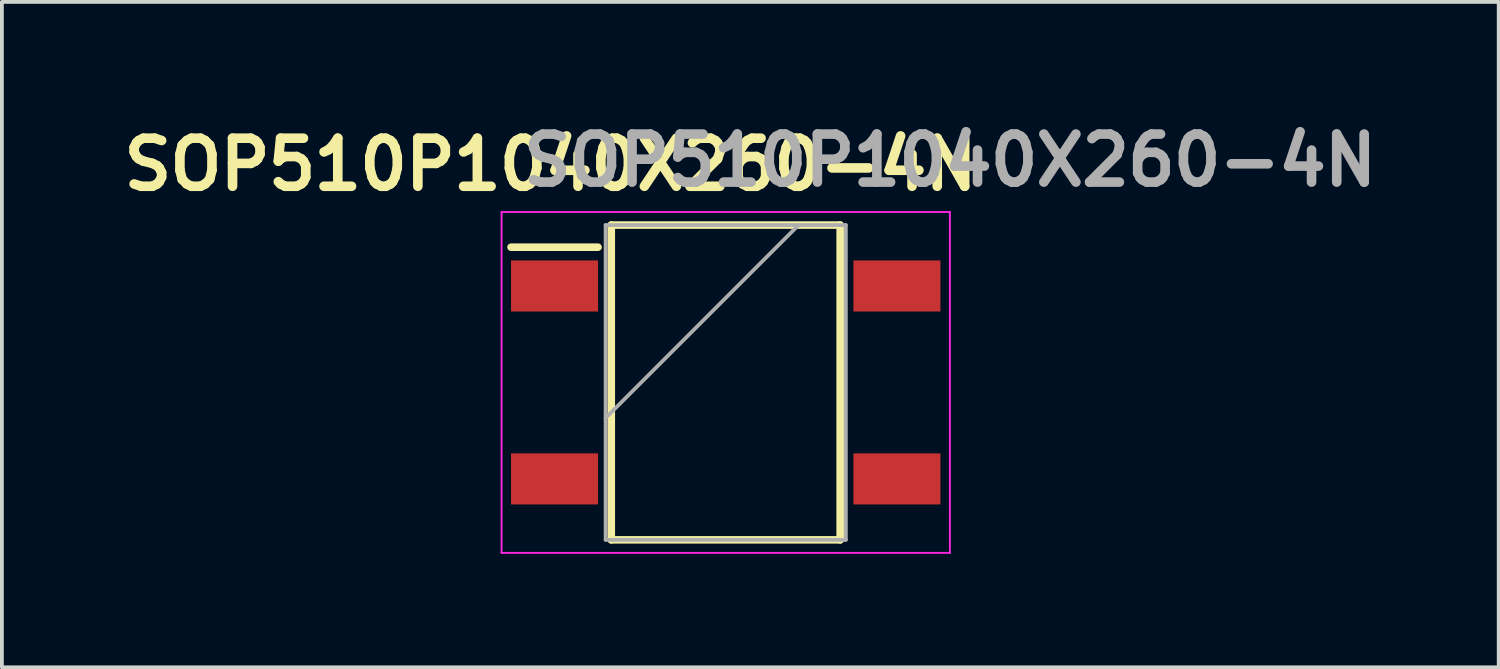
<source format=kicad_pcb>
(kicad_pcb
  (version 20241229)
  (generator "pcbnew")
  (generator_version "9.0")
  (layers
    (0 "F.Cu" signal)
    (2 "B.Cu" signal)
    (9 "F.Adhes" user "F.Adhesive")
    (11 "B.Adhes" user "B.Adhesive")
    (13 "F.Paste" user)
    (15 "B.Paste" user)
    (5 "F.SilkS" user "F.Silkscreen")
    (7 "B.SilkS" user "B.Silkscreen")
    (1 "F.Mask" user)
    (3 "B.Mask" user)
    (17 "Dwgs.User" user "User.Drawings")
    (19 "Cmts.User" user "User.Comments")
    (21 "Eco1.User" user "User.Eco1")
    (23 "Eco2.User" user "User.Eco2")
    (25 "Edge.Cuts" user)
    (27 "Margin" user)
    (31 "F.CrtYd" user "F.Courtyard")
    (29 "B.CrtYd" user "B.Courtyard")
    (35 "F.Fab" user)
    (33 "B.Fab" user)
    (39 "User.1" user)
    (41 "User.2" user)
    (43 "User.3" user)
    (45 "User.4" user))
  (footprint "SOP510P1040X260-4N"
    (layer "F.Cu")
    (at 16.133 7.059)
    (property "Reference" "SOP510P1040X260-4N" (at -4.63 -5.76 0) (layer "F.SilkS") (effects (font (size 1.27 1.27) (thickness 0.254))))
    (attr smd)
    (fp_line (start -5.675 -3.575) (end -3.375 -3.575) (stroke (width 0.2) (type solid)) (layer "F.SilkS"))
    (fp_line (start -3.025 -4.16) (end 3.025 -4.16) (stroke (width 0.2) (type solid)) (layer "F.SilkS"))
    (fp_line (start -3.025 4.16) (end -3.025 -4.16) (stroke (width 0.2) (type solid)) (layer "F.SilkS"))
    (fp_line (start 3.025 -4.16) (end 3.025 4.16) (stroke (width 0.2) (type solid)) (layer "F.SilkS"))
    (fp_line (start 3.025 4.16) (end -3.025 4.16) (stroke (width 0.2) (type solid)) (layer "F.SilkS"))
    (fp_line (start -5.925 -4.505) (end 5.925 -4.505) (stroke (width 0.05) (type solid)) (layer "F.CrtYd"))
    (fp_line (start -5.925 4.505) (end -5.925 -4.505) (stroke (width 0.05) (type solid)) (layer "F.CrtYd"))
    (fp_line (start 5.925 -4.505) (end 5.925 4.505) (stroke (width 0.05) (type solid)) (layer "F.CrtYd"))
    (fp_line (start 5.925 4.505) (end -5.925 4.505) (stroke (width 0.05) (type solid)) (layer "F.CrtYd"))
    (fp_line (start -3.175 -4.16) (end 3.175 -4.16) (stroke (width 0.1) (type solid)) (layer "F.Fab"))
    (fp_line (start -3.175 0.94) (end 1.925 -4.16) (stroke (width 0.1) (type solid)) (layer "F.Fab"))
    (fp_line (start -3.175 4.16) (end -3.175 -4.16) (stroke (width 0.1) (type solid)) (layer "F.Fab"))
    (fp_line (start 3.175 -4.16) (end 3.175 4.16) (stroke (width 0.1) (type solid)) (layer "F.Fab"))
    (fp_line (start 3.175 4.16) (end -3.175 4.16) (stroke (width 0.1) (type solid)) (layer "F.Fab"))
    (fp_text user "${REFERENCE}" (at 5.93 -5.87 0) (layer "F.Fab") (effects (font (size 1.27 1.27) (thickness 0.254))))
    (pad "1" smd rect (at -4.525 -2.55 90) (size 1.35 2.3) (layers "F.Cu" "F.Mask" "F.Paste"))
    (pad "2" smd rect (at -4.525 2.55 90) (size 1.35 2.3) (layers "F.Cu" "F.Mask" "F.Paste"))
    (pad "3" smd rect (at 4.525 2.55 90) (size 1.35 2.3) (layers "F.Cu" "F.Mask" "F.Paste"))
    (pad "4" smd rect (at 4.525 -2.55 90) (size 1.35 2.3) (layers "F.Cu" "F.Mask" "F.Paste")))
  (gr_rect
    (start -3 -3)
    (end 36.565 14.589)
    (stroke (width 0.1) (type default))
    (fill no)
    (layer "Edge.Cuts")))
</source>
